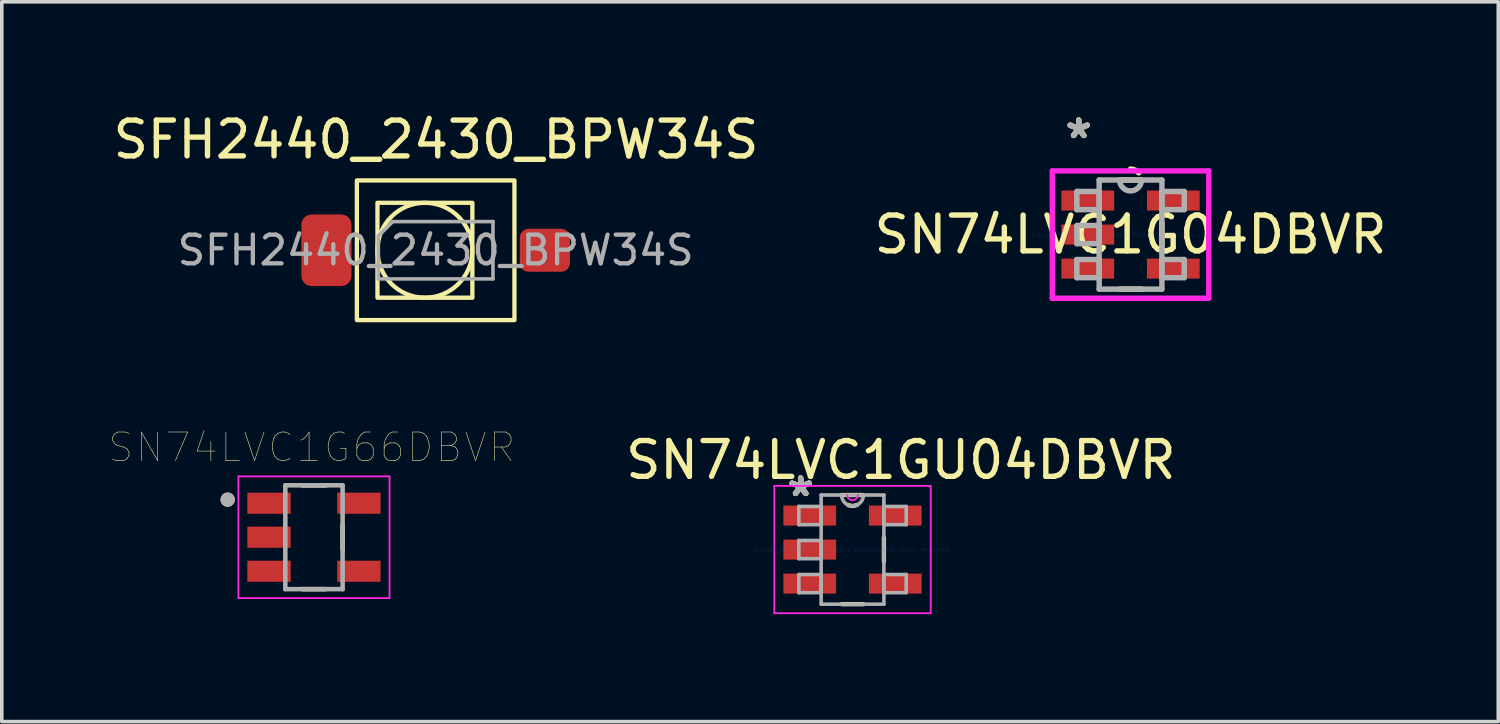
<source format=kicad_pcb>
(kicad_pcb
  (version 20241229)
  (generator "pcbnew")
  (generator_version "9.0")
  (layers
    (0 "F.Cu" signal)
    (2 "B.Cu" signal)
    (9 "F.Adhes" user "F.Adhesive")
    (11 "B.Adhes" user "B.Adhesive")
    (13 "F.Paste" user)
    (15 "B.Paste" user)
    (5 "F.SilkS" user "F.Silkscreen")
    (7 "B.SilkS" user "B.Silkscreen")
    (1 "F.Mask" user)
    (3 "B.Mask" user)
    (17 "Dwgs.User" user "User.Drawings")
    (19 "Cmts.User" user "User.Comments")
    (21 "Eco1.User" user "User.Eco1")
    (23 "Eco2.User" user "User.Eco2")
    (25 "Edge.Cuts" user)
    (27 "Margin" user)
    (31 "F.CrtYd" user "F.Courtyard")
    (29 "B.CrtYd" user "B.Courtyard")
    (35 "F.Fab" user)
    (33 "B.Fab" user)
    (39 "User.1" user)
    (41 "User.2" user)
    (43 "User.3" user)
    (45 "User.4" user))
  (footprint "SN74LVC1GU04DBVR"
    (layer "F.Cu")
    (at 20.755 12.296)
    (property "Reference" "SN74LVC1GU04DBVR" (at 1.35 -2.5 0) (layer "F.SilkS") (effects (font (size 1 1) (thickness 0.15))))
    (attr through_hole)
    (fp_line (start -0.303 1.524) (end 0.303 1.524) (stroke (width 0.12) (type solid)) (layer "F.SilkS"))
    (fp_line (start 0.303 -1.524) (end -0.303 -1.524) (stroke (width 0.12) (type solid)) (layer "F.SilkS"))
    (fp_line (start 0.876 0.338) (end 0.876 -0.338) (stroke (width 0.12) (type solid)) (layer "F.SilkS"))
    (fp_arc (start 0.124872 -1.245953) (mid 0 -1.2192) (end -0.124872 -1.245953) (stroke (width 0.12) (type solid)) (layer "F.SilkS"))
    (fp_line (start -2.184 -1.778) (end 2.184 -1.778) (stroke (width 0.05) (type solid)) (layer "F.CrtYd"))
    (fp_line (start -2.184 1.778) (end -2.184 -1.778) (stroke (width 0.05) (type solid)) (layer "F.CrtYd"))
    (fp_line (start 2.184 -1.778) (end 2.184 1.778) (stroke (width 0.05) (type solid)) (layer "F.CrtYd"))
    (fp_line (start 2.184 1.778) (end -2.184 1.778) (stroke (width 0.05) (type solid)) (layer "F.CrtYd"))
    (fp_arc (start 0.14605 -1.524) (mid 0 -1.37795) (end -0.14605 -1.524) (stroke (width 0.05) (type solid)) (layer "F.CrtYd"))
    (fp_line (start -1.499 -1.204) (end -1.499 -0.696) (stroke (width 0.1) (type solid)) (layer "F.Fab"))
    (fp_line (start -1.499 -0.696) (end -0.876 -0.696) (stroke (width 0.1) (type solid)) (layer "F.Fab"))
    (fp_line (start -1.499 -0.254) (end -1.499 0.254) (stroke (width 0.1) (type solid)) (layer "F.Fab"))
    (fp_line (start -1.499 0.254) (end -0.876 0.254) (stroke (width 0.1) (type solid)) (layer "F.Fab"))
    (fp_line (start -1.499 0.696) (end -1.499 1.204) (stroke (width 0.1) (type solid)) (layer "F.Fab"))
    (fp_line (start -1.499 1.204) (end -0.876 1.204) (stroke (width 0.1) (type solid)) (layer "F.Fab"))
    (fp_line (start -0.876 -1.524) (end -0.876 1.524) (stroke (width 0.1) (type solid)) (layer "F.Fab"))
    (fp_line (start -0.876 -1.204) (end -1.499 -1.204) (stroke (width 0.1) (type solid)) (layer "F.Fab"))
    (fp_line (start -0.876 -0.696) (end -0.876 -1.204) (stroke (width 0.1) (type solid)) (layer "F.Fab"))
    (fp_line (start -0.876 -0.254) (end -1.499 -0.254) (stroke (width 0.1) (type solid)) (layer "F.Fab"))
    (fp_line (start -0.876 0.254) (end -0.876 -0.254) (stroke (width 0.1) (type solid)) (layer "F.Fab"))
    (fp_line (start -0.876 0.696) (end -1.499 0.696) (stroke (width 0.1) (type solid)) (layer "F.Fab"))
    (fp_line (start -0.876 1.204) (end -0.876 0.696) (stroke (width 0.1) (type solid)) (layer "F.Fab"))
    (fp_line (start -0.876 1.524) (end 0.876 1.524) (stroke (width 0.1) (type solid)) (layer "F.Fab"))
    (fp_line (start 0.876 -1.524) (end -0.876 -1.524) (stroke (width 0.1) (type solid)) (layer "F.Fab"))
    (fp_line (start 0.876 -1.204) (end 0.876 -0.696) (stroke (width 0.1) (type solid)) (layer "F.Fab"))
    (fp_line (start 0.876 -0.696) (end 1.499 -0.696) (stroke (width 0.1) (type solid)) (layer "F.Fab"))
    (fp_line (start 0.876 0.696) (end 0.876 1.204) (stroke (width 0.1) (type solid)) (layer "F.Fab"))
    (fp_line (start 0.876 1.204) (end 1.499 1.204) (stroke (width 0.1) (type solid)) (layer "F.Fab"))
    (fp_line (start 0.876 1.524) (end 0.876 -1.524) (stroke (width 0.1) (type solid)) (layer "F.Fab"))
    (fp_line (start 1.499 -1.204) (end 0.876 -1.204) (stroke (width 0.1) (type solid)) (layer "F.Fab"))
    (fp_line (start 1.499 -0.696) (end 1.499 -1.204) (stroke (width 0.1) (type solid)) (layer "F.Fab"))
    (fp_line (start 1.499 0.696) (end 0.876 0.696) (stroke (width 0.1) (type solid)) (layer "F.Fab"))
    (fp_line (start 1.499 1.204) (end 1.499 0.696) (stroke (width 0.1) (type solid)) (layer "F.Fab"))
    (fp_arc (start 0.3048 -1.524) (mid 0 -1.2192) (end -0.3048 -1.524) (stroke (width 0.1) (type solid)) (layer "F.Fab"))
    (fp_text user "*" (at -1.448 -1.452 0) (layer "F.SilkS") (effects (font (size 1 1) (thickness 0.15))))
    (fp_text user "*" (at -1.448 -1.452 0) (layer "F.SilkS") (effects (font (size 1 1) (thickness 0.15))))
    (fp_text user "Copyright 2021 Accelerated Designs. All rights reserved." (at 0 0 0) (layer "Cmts.User") (effects (font (size 0.127 0.127) (thickness 0.002))))
    (fp_text user "*" (at -1.448 -1.452 0) (layer "F.Fab") (effects (font (size 1 1) (thickness 0.15))))
    (fp_text user "*" (at -1.448 -1.452 0) (layer "F.Fab") (effects (font (size 1 1) (thickness 0.15))))
    (pad "1" smd rect (at -1.194 -0.95) (size 1.473 0.559) (layers "F.Cu" "F.Mask" "F.Paste"))
    (pad "2" smd rect (at -1.194 0) (size 1.473 0.559) (layers "F.Cu" "F.Mask" "F.Paste"))
    (pad "3" smd rect (at -1.194 0.95) (size 1.473 0.559) (layers "F.Cu" "F.Mask" "F.Paste"))
    (pad "4" smd rect (at 1.194 0.95) (size 1.473 0.559) (layers "F.Cu" "F.Mask" "F.Paste"))
    (pad "5" smd rect (at 1.194 -0.95) (size 1.473 0.559) (layers "F.Cu" "F.Mask" "F.Paste")))
  (footprint "SN74LVC1G66DBVR"
    (layer "F.Cu")
    (at 5.717 11.951)
    (property "Reference" "SN74LVC1G66DBVR" (at -0.06 -2.508 0) (layer "F.SilkS") (effects (font (size 0.8 0.8) (thickness 0.015))))
    (attr through_hole)
    (fp_line (start -0.33 -1.45) (end 0.33 -1.45) (stroke (width 0.127) (type solid)) (layer "F.SilkS"))
    (fp_line (start 0.33 1.45) (end -0.33 1.45) (stroke (width 0.127) (type solid)) (layer "F.SilkS"))
    (fp_line (start 0.8 -0.335) (end 0.8 0.335) (stroke (width 0.127) (type solid)) (layer "F.SilkS"))
    (fp_circle (center -2.41 -1.05) (end -2.31 -1.05) (stroke (width 0.2) (type solid)) (fill no) (layer "F.SilkS"))
    (fp_line (start -2.11 -1.7) (end 2.11 -1.7) (stroke (width 0.05) (type solid)) (layer "F.CrtYd"))
    (fp_line (start -2.11 1.7) (end -2.11 -1.7) (stroke (width 0.05) (type solid)) (layer "F.CrtYd"))
    (fp_line (start 2.11 -1.7) (end 2.11 1.7) (stroke (width 0.05) (type solid)) (layer "F.CrtYd"))
    (fp_line (start 2.11 1.7) (end -2.11 1.7) (stroke (width 0.05) (type solid)) (layer "F.CrtYd"))
    (fp_line (start -0.8 -1.45) (end 0.8 -1.45) (stroke (width 0.127) (type solid)) (layer "F.Fab"))
    (fp_line (start -0.8 1.45) (end -0.8 -1.45) (stroke (width 0.127) (type solid)) (layer "F.Fab"))
    (fp_line (start 0.8 -1.45) (end 0.8 1.45) (stroke (width 0.127) (type solid)) (layer "F.Fab"))
    (fp_line (start 0.8 1.45) (end -0.8 1.45) (stroke (width 0.127) (type solid)) (layer "F.Fab"))
    (fp_circle (center -2.41 -1.05) (end -2.31 -1.05) (stroke (width 0.2) (type solid)) (fill no) (layer "F.Fab"))
    (pad "1" smd rect (at -1.255 -0.95) (size 1.21 0.59) (layers "F.Cu" "F.Mask" "F.Paste"))
    (pad "2" smd rect (at -1.255 0) (size 1.21 0.59) (layers "F.Cu" "F.Mask" "F.Paste"))
    (pad "3" smd rect (at -1.255 0.95) (size 1.21 0.59) (layers "F.Cu" "F.Mask" "F.Paste"))
    (pad "4" smd rect (at 1.255 0.95) (size 1.21 0.59) (layers "F.Cu" "F.Mask" "F.Paste"))
    (pad "5" smd rect (at 1.255 -0.95) (size 1.21 0.59) (layers "F.Cu" "F.Mask" "F.Paste")))
  (footprint "SN74LVC1G04DBVR"
    (layer "F.Cu")
    (at 28.518 3.5)
    (property "Reference" "SN74LVC1G04DBVR" (at 0 0 0) (layer "F.SilkS") (effects (font (size 1 1) (thickness 0.15))))
    (attr through_hole)
    (fp_line (start -0.303 1.524) (end 0.303 1.524) (stroke (width 0.152) (type solid)) (layer "F.SilkS"))
    (fp_line (start 0.303 -1.524) (end -0.303 -1.524) (stroke (width 0.152) (type solid)) (layer "F.SilkS"))
    (fp_line (start 0.876 0.338) (end 0.876 -0.338) (stroke (width 0.152) (type solid)) (layer "F.SilkS"))
    (fp_arc (start 0 -1.8288) (mid 0.124872 -1.802047) (end 0.227823 -1.726484) (stroke (width 0.1524) (type solid)) (layer "F.SilkS"))
    (fp_line (start -2.184 -1.778) (end 2.184 -1.778) (stroke (width 0.152) (type solid)) (layer "F.CrtYd"))
    (fp_line (start -2.184 1.778) (end -2.184 -1.778) (stroke (width 0.152) (type solid)) (layer "F.CrtYd"))
    (fp_line (start 2.184 -1.778) (end 2.184 1.778) (stroke (width 0.152) (type solid)) (layer "F.CrtYd"))
    (fp_line (start 2.184 1.778) (end -2.184 1.778) (stroke (width 0.152) (type solid)) (layer "F.CrtYd"))
    (fp_line (start -1.499 -1.204) (end -1.499 -0.696) (stroke (width 0.152) (type solid)) (layer "F.Fab"))
    (fp_line (start -1.499 -0.696) (end -0.876 -0.696) (stroke (width 0.152) (type solid)) (layer "F.Fab"))
    (fp_line (start -1.499 -0.254) (end -1.499 0.254) (stroke (width 0.152) (type solid)) (layer "F.Fab"))
    (fp_line (start -1.499 0.254) (end -0.876 0.254) (stroke (width 0.152) (type solid)) (layer "F.Fab"))
    (fp_line (start -1.499 0.696) (end -1.499 1.204) (stroke (width 0.152) (type solid)) (layer "F.Fab"))
    (fp_line (start -1.499 1.204) (end -0.876 1.204) (stroke (width 0.152) (type solid)) (layer "F.Fab"))
    (fp_line (start -0.876 -1.524) (end -0.876 1.524) (stroke (width 0.152) (type solid)) (layer "F.Fab"))
    (fp_line (start -0.876 -1.204) (end -1.499 -1.204) (stroke (width 0.152) (type solid)) (layer "F.Fab"))
    (fp_line (start -0.876 -0.696) (end -0.876 -1.204) (stroke (width 0.152) (type solid)) (layer "F.Fab"))
    (fp_line (start -0.876 -0.254) (end -1.499 -0.254) (stroke (width 0.152) (type solid)) (layer "F.Fab"))
    (fp_line (start -0.876 0.254) (end -0.876 -0.254) (stroke (width 0.152) (type solid)) (layer "F.Fab"))
    (fp_line (start -0.876 0.696) (end -1.499 0.696) (stroke (width 0.152) (type solid)) (layer "F.Fab"))
    (fp_line (start -0.876 1.204) (end -0.876 0.696) (stroke (width 0.152) (type solid)) (layer "F.Fab"))
    (fp_line (start -0.876 1.524) (end 0.876 1.524) (stroke (width 0.152) (type solid)) (layer "F.Fab"))
    (fp_line (start 0.876 -1.524) (end -0.876 -1.524) (stroke (width 0.152) (type solid)) (layer "F.Fab"))
    (fp_line (start 0.876 -1.204) (end 0.876 -0.696) (stroke (width 0.152) (type solid)) (layer "F.Fab"))
    (fp_line (start 0.876 -0.696) (end 1.499 -0.696) (stroke (width 0.152) (type solid)) (layer "F.Fab"))
    (fp_line (start 0.876 0.696) (end 0.876 1.204) (stroke (width 0.152) (type solid)) (layer "F.Fab"))
    (fp_line (start 0.876 1.204) (end 1.499 1.204) (stroke (width 0.152) (type solid)) (layer "F.Fab"))
    (fp_line (start 0.876 1.524) (end 0.876 -1.524) (stroke (width 0.152) (type solid)) (layer "F.Fab"))
    (fp_line (start 1.499 -1.204) (end 0.876 -1.204) (stroke (width 0.152) (type solid)) (layer "F.Fab"))
    (fp_line (start 1.499 -0.696) (end 1.499 -1.204) (stroke (width 0.152) (type solid)) (layer "F.Fab"))
    (fp_line (start 1.499 0.696) (end 0.876 0.696) (stroke (width 0.152) (type solid)) (layer "F.Fab"))
    (fp_line (start 1.499 1.204) (end 1.499 0.696) (stroke (width 0.152) (type solid)) (layer "F.Fab"))
    (fp_arc (start 0.3048 -1.524) (mid 0 -1.2192) (end -0.3048 -1.524) (stroke (width 0.1524) (type solid)) (layer "F.Fab"))
    (fp_text user "*" (at -1.448 -2.652 0) (layer "F.SilkS") (effects (font (size 1 1) (thickness 0.15))))
    (fp_text user "*" (at -1.448 -2.652 0) (layer "F.SilkS") (effects (font (size 1 1) (thickness 0.15))))
    (fp_text user "Copyright 2016 Accelerated Designs. All rights reserved." (at 0 0 0) (layer "Cmts.User") (effects (font (size 0.127 0.127) (thickness 0.002))))
    (fp_text user "*" (at -1.448 -2.652 0) (layer "F.Fab") (effects (font (size 1 1) (thickness 0.15))))
    (fp_text user "*" (at -1.448 -2.652 0) (layer "F.Fab") (effects (font (size 1 1) (thickness 0.15))))
    (pad "1" smd rect (at -1.194 -0.95) (size 1.473 0.559) (layers "F.Cu" "F.Mask" "F.Paste"))
    (pad "2" smd rect (at -1.194 0) (size 1.473 0.559) (layers "F.Cu" "F.Mask" "F.Paste"))
    (pad "3" smd rect (at -1.194 0.95) (size 1.473 0.559) (layers "F.Cu" "F.Mask" "F.Paste"))
    (pad "4" smd rect (at 1.194 0.95) (size 1.473 0.559) (layers "F.Cu" "F.Mask" "F.Paste"))
    (pad "5" smd rect (at 1.194 -0.95) (size 1.473 0.559) (layers "F.Cu" "F.Mask" "F.Paste")))
  (footprint "SFH2440_2430_BPW34S"
    (layer "F.Cu")
    (at 9.115 3.938)
    (property "Reference" "SFH2440_2430_BPW34S" (at 0.01 -3.09 0) (layer "F.SilkS") (effects (font (size 1 1) (thickness 0.15))))
    (attr smd)
    (fp_rect (start -2.2 -1.95) (end 2.2 1.95) (stroke (width 0.12) (type solid)) (fill no) (layer "F.SilkS"))
    (fp_rect (start 1.025 1.325) (end -1.625 -1.325) (stroke (width 0.12) (type solid)) (fill no) (layer "F.SilkS"))
    (fp_circle (center -0.3 0) (end 1.025 0) (stroke (width 0.12) (type solid)) (fill no) (layer "F.SilkS"))
    (fp_line (start -1.6 -0.4) (end -1.6 0.8) (stroke (width 0.1) (type solid)) (layer "F.Fab"))
    (fp_line (start -1.6 0.8) (end 1.6 0.8) (stroke (width 0.1) (type solid)) (layer "F.Fab"))
    (fp_line (start -1.2 -0.8) (end -1.6 -0.4) (stroke (width 0.1) (type solid)) (layer "F.Fab"))
    (fp_line (start 1.6 -0.8) (end -1.2 -0.8) (stroke (width 0.1) (type solid)) (layer "F.Fab"))
    (fp_line (start 1.6 0.8) (end 1.6 -0.8) (stroke (width 0.1) (type solid)) (layer "F.Fab"))
    (fp_text user "${REFERENCE}" (at 0 0 0) (layer "F.Fab") (effects (font (size 0.8 0.8) (thickness 0.12))))
    (pad "1" smd roundrect (at -3.05 0) (size 1.4 2) (layers "F.Cu" "F.Mask" "F.Paste") (roundrect_rratio 0.2))
    (pad "2" smd roundrect (at 3.05 0) (size 1.4 1.2) (layers "F.Cu" "F.Mask" "F.Paste") (roundrect_rratio 0.2)))
  (gr_rect
    (start -3 -3)
    (end 38.786 17.099)
    (stroke (width 0.1) (type default))
    (fill no)
    (layer "Edge.Cuts")))
</source>
